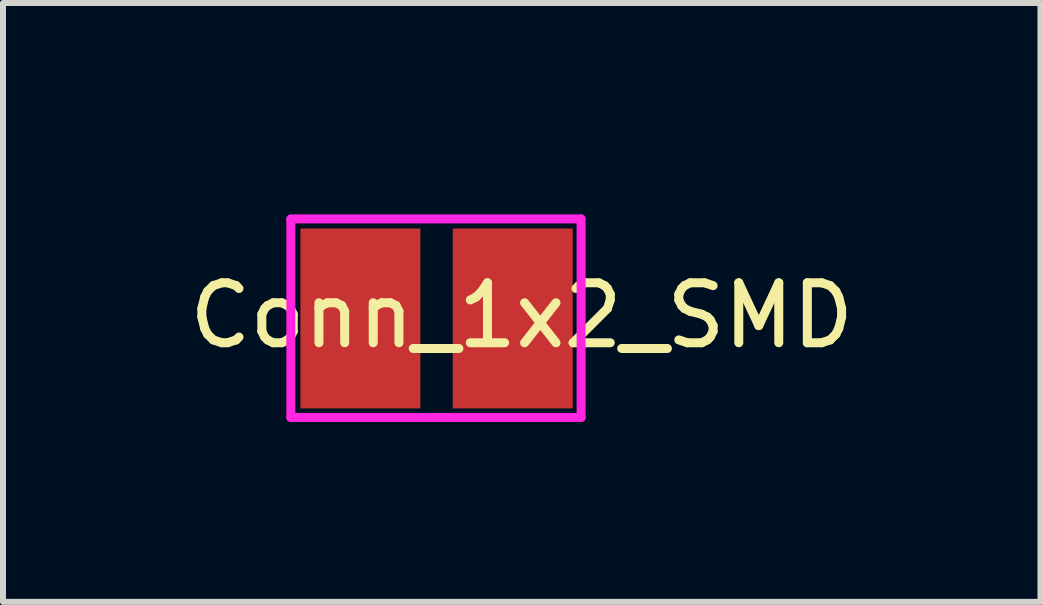
<source format=kicad_pcb>
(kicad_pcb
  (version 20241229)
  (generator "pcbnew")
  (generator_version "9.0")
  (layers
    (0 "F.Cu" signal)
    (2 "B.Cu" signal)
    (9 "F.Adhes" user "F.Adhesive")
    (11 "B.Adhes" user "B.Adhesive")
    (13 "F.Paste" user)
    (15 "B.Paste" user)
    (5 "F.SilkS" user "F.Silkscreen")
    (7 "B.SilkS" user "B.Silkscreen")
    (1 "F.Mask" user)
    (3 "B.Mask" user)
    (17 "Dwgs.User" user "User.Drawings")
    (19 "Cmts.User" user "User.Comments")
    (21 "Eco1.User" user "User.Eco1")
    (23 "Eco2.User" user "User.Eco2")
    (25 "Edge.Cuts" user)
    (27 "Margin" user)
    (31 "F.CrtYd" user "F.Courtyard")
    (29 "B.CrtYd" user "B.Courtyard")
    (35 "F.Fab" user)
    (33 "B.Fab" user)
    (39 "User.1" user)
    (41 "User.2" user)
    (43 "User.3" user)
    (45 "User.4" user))
  (footprint "Conn_1x2_SMD"
    (layer "F.Cu")
    (at 4.339 0.25)
    (property "Reference" "Conn_1x2_SMD" (at 1.31 1.96 0) (layer "F.SilkS") (effects (font (size 1 1) (thickness 0.15))))
    (attr through_hole)
    (fp_line (start -2.54 0.36) (end -2.54 3.66) (stroke (width 0.15) (type solid)) (layer "F.CrtYd"))
    (fp_line (start -2.54 3.66) (end 2.3 3.66) (stroke (width 0.15) (type solid)) (layer "F.CrtYd"))
    (fp_line (start 2.3 0.35) (end -2.54 0.35) (stroke (width 0.15) (type solid)) (layer "F.CrtYd"))
    (fp_line (start 2.3 3.66) (end 2.3 0.35) (stroke (width 0.15) (type solid)) (layer "F.CrtYd"))
    (pad "1" smd rect (at -1.38 2.01) (size 2 3) (layers "F.Cu" "F.Mask" "F.Paste"))
    (pad "2" smd rect (at 1.16 2.01) (size 2 3) (layers "F.Cu" "F.Mask" "F.Paste")))
  (gr_rect
    (start -3 -3)
    (end 14.298 6.985)
    (stroke (width 0.1) (type default))
    (fill no)
    (layer "Edge.Cuts")))
</source>
